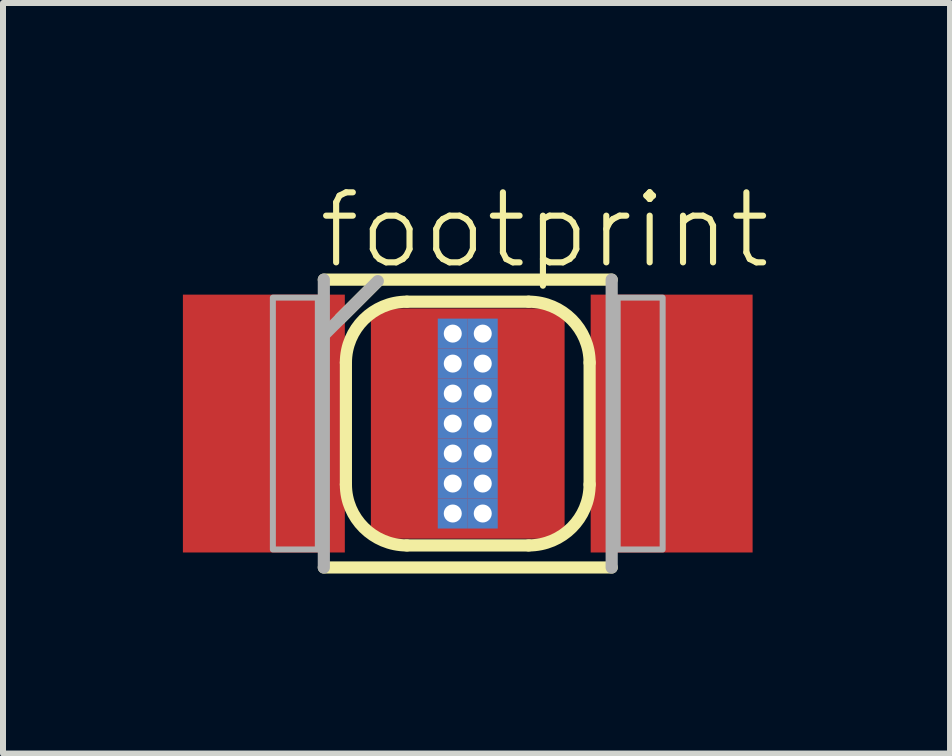
<source format=kicad_pcb>
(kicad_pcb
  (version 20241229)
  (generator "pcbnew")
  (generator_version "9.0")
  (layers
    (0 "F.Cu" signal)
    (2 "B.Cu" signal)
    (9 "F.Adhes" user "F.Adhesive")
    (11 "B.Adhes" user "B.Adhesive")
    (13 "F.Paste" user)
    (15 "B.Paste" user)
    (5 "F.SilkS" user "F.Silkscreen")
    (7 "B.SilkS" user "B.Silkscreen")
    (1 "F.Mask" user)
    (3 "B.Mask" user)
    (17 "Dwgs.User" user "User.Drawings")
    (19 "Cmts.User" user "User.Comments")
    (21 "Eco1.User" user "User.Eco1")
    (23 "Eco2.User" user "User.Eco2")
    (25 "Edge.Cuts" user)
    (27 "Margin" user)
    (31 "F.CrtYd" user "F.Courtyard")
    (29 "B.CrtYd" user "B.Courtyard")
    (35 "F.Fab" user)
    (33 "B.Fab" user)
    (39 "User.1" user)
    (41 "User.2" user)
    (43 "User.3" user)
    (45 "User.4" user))
  (footprint "footprint"
    (layer "F.Cu")
    (at 4.75 4.013)
    (property "Reference" "footprint" (at -2.54 -2.54 0) (layer "F.SilkS") (effects (font (size 1.168 1.168) (thickness 0.102)) (justify left bottom)))
    (fp_poly (pts (xy -4 2.125) (xy -2.1 2.125) (xy -2.1 -2.125) (xy -4 -2.125)) (stroke (width 0) (type solid)) (fill yes) (layer "F.Mask"))
    (fp_poly (pts (xy -0.65 1.95) (xy 0.65 1.95) (xy 0.65 -1.95) (xy -0.65 -1.95)) (stroke (width 0) (type solid)) (fill yes) (layer "F.Mask"))
    (fp_poly (pts (xy 4 -2.125) (xy 2.1 -2.125) (xy 2.1 2.125) (xy 4 2.125)) (stroke (width 0) (type solid)) (fill yes) (layer "F.Mask"))
    (fp_line (start -2.4 -2.4) (end 2.4 -2.4) (stroke (width 0.203) (type solid)) (layer "F.SilkS"))
    (fp_line (start -2.125 -1.75) (end -1.5 -2.375) (stroke (width 0.203) (type solid)) (layer "F.SilkS"))
    (fp_line (start -2.032 1.016) (end -2.032 -1.016) (stroke (width 0.203) (type solid)) (layer "F.SilkS"))
    (fp_line (start -1.016 -2.032) (end 1.016 -2.032) (stroke (width 0.203) (type solid)) (layer "F.SilkS"))
    (fp_line (start 1.016 2.032) (end -1.016 2.032) (stroke (width 0.203) (type solid)) (layer "F.SilkS"))
    (fp_line (start 2.032 1.016) (end 2.032 -1.016) (stroke (width 0.203) (type solid)) (layer "F.SilkS"))
    (fp_line (start 2.4 2.4) (end -2.4 2.4) (stroke (width 0.203) (type solid)) (layer "F.SilkS"))
    (fp_arc (start -2.032 -1.016) (mid -1.734419 -1.734421) (end -1.015998 -2.032) (stroke (width 0.2032) (type solid)) (layer "F.SilkS"))
    (fp_arc (start -1.016 2.032) (mid -1.734421 1.734419) (end -2.032 1.015998) (stroke (width 0.2032) (type solid)) (layer "F.SilkS"))
    (fp_arc (start 1.016 -2.032) (mid 1.734421 -1.734419) (end 2.032 -1.015998) (stroke (width 0.2032) (type solid)) (layer "F.SilkS"))
    (fp_arc (start 2.032 1.016) (mid 1.734419 1.734421) (end 1.015998 2.032) (stroke (width 0.2032) (type solid)) (layer "F.SilkS"))
    (fp_poly (pts (xy -3.625 2) (xy -2.25 2) (xy -2.25 -2) (xy -3.625 -2)) (stroke (width 0) (type solid)) (fill yes) (layer "F.Paste"))
    (fp_poly (pts (xy -0.5 1.75) (xy 0.5 1.75) (xy 0.5 -1.75) (xy -0.5 -1.75)) (stroke (width 0) (type solid)) (fill yes) (layer "F.Paste"))
    (fp_poly (pts (xy 3.625 -2) (xy 2.25 -2) (xy 2.25 2) (xy 3.625 2)) (stroke (width 0) (type solid)) (fill yes) (layer "F.Paste"))
    (fp_line (start -2.4 2.4) (end -2.4 -2.4) (stroke (width 0.203) (type solid)) (layer "F.Fab"))
    (fp_line (start -2.375 -1.5) (end -1.5 -2.375) (stroke (width 0.203) (type solid)) (layer "F.Fab"))
    (fp_line (start 2.4 -2.4) (end 2.4 2.4) (stroke (width 0.203) (type solid)) (layer "F.Fab"))
    (fp_poly (pts (xy -3.25 2.1) (xy -2.5 2.1) (xy -2.5 -2.1) (xy -3.25 -2.1)) (stroke (width 0.1) (type solid)) (fill no) (layer "F.Fab"))
    (fp_poly (pts (xy 3.25 -2.1) (xy 2.5 -2.1) (xy 2.5 2.1) (xy 3.25 2.1)) (stroke (width 0.1) (type solid)) (fill no) (layer "F.Fab"))
    (pad "A" smd rect (at 3.4 0 180) (size 2.7 4.3) (layers "F.Cu"))
    (pad "K" smd rect (at -3.4 0) (size 2.7 4.3) (layers "F.Cu"))
    (pad "TH" smd rect (at 0 0) (size 3.23 3.84) (layers "F.Cu"))
    (pad "TH@1" thru_hole rect (at -0.25 -1.5) (size 0.5 0.5) (drill 0.3) (layers "*.Cu"))
    (pad "TH@2" thru_hole rect (at -0.25 -1) (size 0.5 0.5) (drill 0.3) (layers "*.Cu"))
    (pad "TH@3" thru_hole rect (at -0.25 -0.5) (size 0.5 0.5) (drill 0.3) (layers "*.Cu"))
    (pad "TH@4" thru_hole rect (at -0.25 0) (size 0.5 0.5) (drill 0.3) (layers "*.Cu"))
    (pad "TH@5" thru_hole rect (at -0.25 0.5) (size 0.5 0.5) (drill 0.3) (layers "*.Cu"))
    (pad "TH@6" thru_hole rect (at -0.25 1) (size 0.5 0.5) (drill 0.3) (layers "*.Cu"))
    (pad "TH@7" thru_hole rect (at -0.25 1.5) (size 0.5 0.5) (drill 0.3) (layers "*.Cu"))
    (pad "TH@8" thru_hole rect (at 0.25 -1.5) (size 0.5 0.5) (drill 0.3) (layers "*.Cu"))
    (pad "TH@9" thru_hole rect (at 0.25 -1) (size 0.5 0.5) (drill 0.3) (layers "*.Cu"))
    (pad "TH@10" thru_hole rect (at 0.25 -0.5) (size 0.5 0.5) (drill 0.3) (layers "*.Cu"))
    (pad "TH@11" thru_hole rect (at 0.25 0) (size 0.5 0.5) (drill 0.3) (layers "*.Cu"))
    (pad "TH@12" thru_hole rect (at 0.25 0.5) (size 0.5 0.5) (drill 0.3) (layers "*.Cu"))
    (pad "TH@13" thru_hole rect (at 0.25 1) (size 0.5 0.5) (drill 0.3) (layers "*.Cu"))
    (pad "TH@14" thru_hole rect (at 0.25 1.5) (size 0.5 0.5) (drill 0.3) (layers "*.Cu")))
  (gr_rect
    (start -3 -3)
    (end 12.792 9.515)
    (stroke (width 0.1) (type default))
    (fill no)
    (layer "Edge.Cuts")))
</source>
